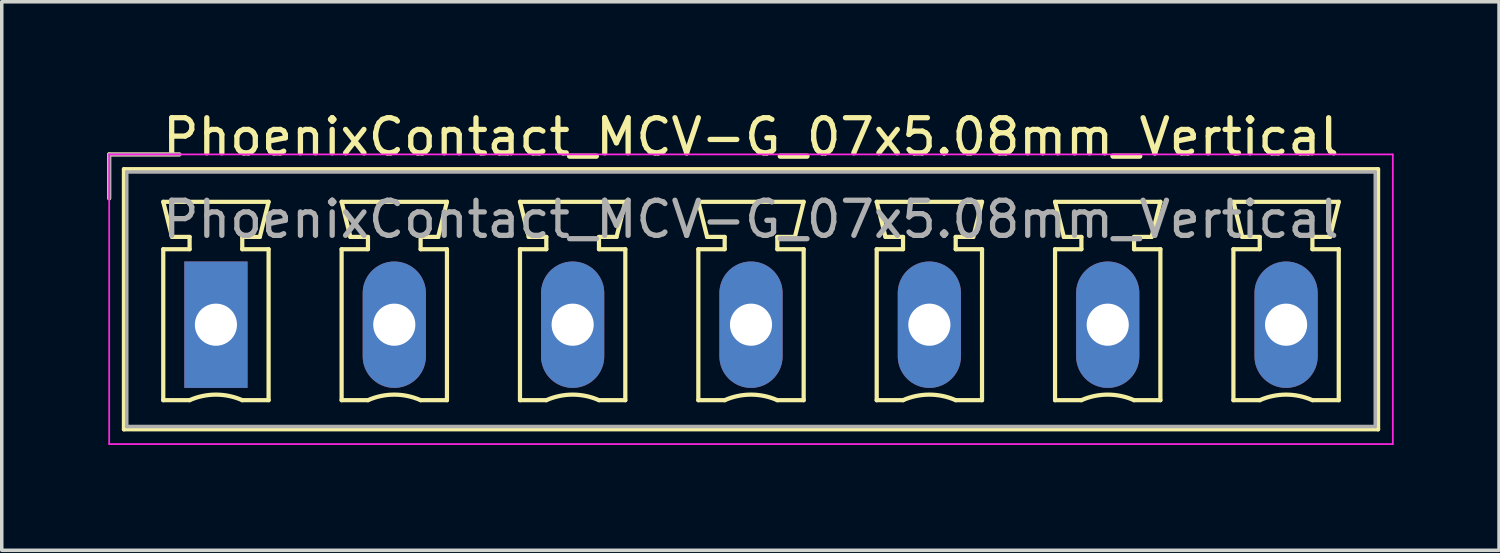
<source format=kicad_pcb>
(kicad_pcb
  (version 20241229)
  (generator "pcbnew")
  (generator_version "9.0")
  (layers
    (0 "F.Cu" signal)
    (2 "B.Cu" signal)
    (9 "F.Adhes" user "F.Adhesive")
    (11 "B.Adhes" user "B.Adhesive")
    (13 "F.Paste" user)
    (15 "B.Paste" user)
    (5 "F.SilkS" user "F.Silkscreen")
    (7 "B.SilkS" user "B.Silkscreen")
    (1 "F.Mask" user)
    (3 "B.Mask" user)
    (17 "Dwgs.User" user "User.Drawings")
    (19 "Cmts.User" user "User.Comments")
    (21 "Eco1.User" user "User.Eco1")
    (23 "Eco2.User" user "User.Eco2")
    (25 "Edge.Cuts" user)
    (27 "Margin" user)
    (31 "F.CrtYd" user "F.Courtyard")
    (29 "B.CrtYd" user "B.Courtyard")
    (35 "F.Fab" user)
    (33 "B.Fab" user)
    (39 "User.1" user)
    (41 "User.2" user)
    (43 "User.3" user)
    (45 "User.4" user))
  (footprint "PhoenixContact_MCV-G_07x5.08mm_Vertical"
    (layer "F.Cu")
    (at 3.1 6.198)
    (property "Reference" "PhoenixContact_MCV-G_07x5.08mm_Vertical" (at 15.24 -5.35 0) (layer "F.SilkS") (effects (font (size 1 1) (thickness 0.15))))
    (attr through_hole)
    (fp_line (start -3.04 -4.85) (end -1.04 -4.85) (stroke (width 0.12) (type solid)) (layer "F.SilkS"))
    (fp_line (start -3.04 -3.6) (end -3.04 -4.85) (stroke (width 0.12) (type solid)) (layer "F.SilkS"))
    (fp_line (start -2.62 -4.43) (end -2.62 2.98) (stroke (width 0.12) (type solid)) (layer "F.SilkS"))
    (fp_line (start -2.62 2.98) (end 33.1 2.98) (stroke (width 0.12) (type solid)) (layer "F.SilkS"))
    (fp_line (start -1.5 -3.5) (end 1.5 -3.5) (stroke (width 0.12) (type solid)) (layer "F.SilkS"))
    (fp_line (start -1.5 -2.15) (end -0.75 -2.15) (stroke (width 0.12) (type solid)) (layer "F.SilkS"))
    (fp_line (start -1.5 2.15) (end -1.5 -2.15) (stroke (width 0.12) (type solid)) (layer "F.SilkS"))
    (fp_line (start -1.25 -2.5) (end -1.5 -3.5) (stroke (width 0.12) (type solid)) (layer "F.SilkS"))
    (fp_line (start -0.75 -2.5) (end -1.25 -2.5) (stroke (width 0.12) (type solid)) (layer "F.SilkS"))
    (fp_line (start -0.75 -2.15) (end -0.75 -2.5) (stroke (width 0.12) (type solid)) (layer "F.SilkS"))
    (fp_line (start -0.75 2.15) (end -1.5 2.15) (stroke (width 0.12) (type solid)) (layer "F.SilkS"))
    (fp_line (start 0.75 -2.5) (end 0.75 -2.15) (stroke (width 0.12) (type solid)) (layer "F.SilkS"))
    (fp_line (start 0.75 -2.15) (end 1.5 -2.15) (stroke (width 0.12) (type solid)) (layer "F.SilkS"))
    (fp_line (start 1.25 -2.5) (end 0.75 -2.5) (stroke (width 0.12) (type solid)) (layer "F.SilkS"))
    (fp_line (start 1.5 -3.5) (end 1.25 -2.5) (stroke (width 0.12) (type solid)) (layer "F.SilkS"))
    (fp_line (start 1.5 -2.15) (end 1.5 2.15) (stroke (width 0.12) (type solid)) (layer "F.SilkS"))
    (fp_line (start 1.5 2.15) (end 0.75 2.15) (stroke (width 0.12) (type solid)) (layer "F.SilkS"))
    (fp_line (start 3.58 -3.5) (end 6.58 -3.5) (stroke (width 0.12) (type solid)) (layer "F.SilkS"))
    (fp_line (start 3.58 -2.15) (end 4.33 -2.15) (stroke (width 0.12) (type solid)) (layer "F.SilkS"))
    (fp_line (start 3.58 2.15) (end 3.58 -2.15) (stroke (width 0.12) (type solid)) (layer "F.SilkS"))
    (fp_line (start 3.83 -2.5) (end 3.58 -3.5) (stroke (width 0.12) (type solid)) (layer "F.SilkS"))
    (fp_line (start 4.33 -2.5) (end 3.83 -2.5) (stroke (width 0.12) (type solid)) (layer "F.SilkS"))
    (fp_line (start 4.33 -2.15) (end 4.33 -2.5) (stroke (width 0.12) (type solid)) (layer "F.SilkS"))
    (fp_line (start 4.33 2.15) (end 3.58 2.15) (stroke (width 0.12) (type solid)) (layer "F.SilkS"))
    (fp_line (start 5.83 -2.5) (end 5.83 -2.15) (stroke (width 0.12) (type solid)) (layer "F.SilkS"))
    (fp_line (start 5.83 -2.15) (end 6.58 -2.15) (stroke (width 0.12) (type solid)) (layer "F.SilkS"))
    (fp_line (start 6.33 -2.5) (end 5.83 -2.5) (stroke (width 0.12) (type solid)) (layer "F.SilkS"))
    (fp_line (start 6.58 -3.5) (end 6.33 -2.5) (stroke (width 0.12) (type solid)) (layer "F.SilkS"))
    (fp_line (start 6.58 -2.15) (end 6.58 2.15) (stroke (width 0.12) (type solid)) (layer "F.SilkS"))
    (fp_line (start 6.58 2.15) (end 5.83 2.15) (stroke (width 0.12) (type solid)) (layer "F.SilkS"))
    (fp_line (start 8.66 -3.5) (end 11.66 -3.5) (stroke (width 0.12) (type solid)) (layer "F.SilkS"))
    (fp_line (start 8.66 -2.15) (end 9.41 -2.15) (stroke (width 0.12) (type solid)) (layer "F.SilkS"))
    (fp_line (start 8.66 2.15) (end 8.66 -2.15) (stroke (width 0.12) (type solid)) (layer "F.SilkS"))
    (fp_line (start 8.91 -2.5) (end 8.66 -3.5) (stroke (width 0.12) (type solid)) (layer "F.SilkS"))
    (fp_line (start 9.41 -2.5) (end 8.91 -2.5) (stroke (width 0.12) (type solid)) (layer "F.SilkS"))
    (fp_line (start 9.41 -2.15) (end 9.41 -2.5) (stroke (width 0.12) (type solid)) (layer "F.SilkS"))
    (fp_line (start 9.41 2.15) (end 8.66 2.15) (stroke (width 0.12) (type solid)) (layer "F.SilkS"))
    (fp_line (start 10.91 -2.5) (end 10.91 -2.15) (stroke (width 0.12) (type solid)) (layer "F.SilkS"))
    (fp_line (start 10.91 -2.15) (end 11.66 -2.15) (stroke (width 0.12) (type solid)) (layer "F.SilkS"))
    (fp_line (start 11.41 -2.5) (end 10.91 -2.5) (stroke (width 0.12) (type solid)) (layer "F.SilkS"))
    (fp_line (start 11.66 -3.5) (end 11.41 -2.5) (stroke (width 0.12) (type solid)) (layer "F.SilkS"))
    (fp_line (start 11.66 -2.15) (end 11.66 2.15) (stroke (width 0.12) (type solid)) (layer "F.SilkS"))
    (fp_line (start 11.66 2.15) (end 10.91 2.15) (stroke (width 0.12) (type solid)) (layer "F.SilkS"))
    (fp_line (start 13.74 -3.5) (end 16.74 -3.5) (stroke (width 0.12) (type solid)) (layer "F.SilkS"))
    (fp_line (start 13.74 -2.15) (end 14.49 -2.15) (stroke (width 0.12) (type solid)) (layer "F.SilkS"))
    (fp_line (start 13.74 2.15) (end 13.74 -2.15) (stroke (width 0.12) (type solid)) (layer "F.SilkS"))
    (fp_line (start 13.99 -2.5) (end 13.74 -3.5) (stroke (width 0.12) (type solid)) (layer "F.SilkS"))
    (fp_line (start 14.49 -2.5) (end 13.99 -2.5) (stroke (width 0.12) (type solid)) (layer "F.SilkS"))
    (fp_line (start 14.49 -2.15) (end 14.49 -2.5) (stroke (width 0.12) (type solid)) (layer "F.SilkS"))
    (fp_line (start 14.49 2.15) (end 13.74 2.15) (stroke (width 0.12) (type solid)) (layer "F.SilkS"))
    (fp_line (start 15.99 -2.5) (end 15.99 -2.15) (stroke (width 0.12) (type solid)) (layer "F.SilkS"))
    (fp_line (start 15.99 -2.15) (end 16.74 -2.15) (stroke (width 0.12) (type solid)) (layer "F.SilkS"))
    (fp_line (start 16.49 -2.5) (end 15.99 -2.5) (stroke (width 0.12) (type solid)) (layer "F.SilkS"))
    (fp_line (start 16.74 -3.5) (end 16.49 -2.5) (stroke (width 0.12) (type solid)) (layer "F.SilkS"))
    (fp_line (start 16.74 -2.15) (end 16.74 2.15) (stroke (width 0.12) (type solid)) (layer "F.SilkS"))
    (fp_line (start 16.74 2.15) (end 15.99 2.15) (stroke (width 0.12) (type solid)) (layer "F.SilkS"))
    (fp_line (start 18.82 -3.5) (end 21.82 -3.5) (stroke (width 0.12) (type solid)) (layer "F.SilkS"))
    (fp_line (start 18.82 -2.15) (end 19.57 -2.15) (stroke (width 0.12) (type solid)) (layer "F.SilkS"))
    (fp_line (start 18.82 2.15) (end 18.82 -2.15) (stroke (width 0.12) (type solid)) (layer "F.SilkS"))
    (fp_line (start 19.07 -2.5) (end 18.82 -3.5) (stroke (width 0.12) (type solid)) (layer "F.SilkS"))
    (fp_line (start 19.57 -2.5) (end 19.07 -2.5) (stroke (width 0.12) (type solid)) (layer "F.SilkS"))
    (fp_line (start 19.57 -2.15) (end 19.57 -2.5) (stroke (width 0.12) (type solid)) (layer "F.SilkS"))
    (fp_line (start 19.57 2.15) (end 18.82 2.15) (stroke (width 0.12) (type solid)) (layer "F.SilkS"))
    (fp_line (start 21.07 -2.5) (end 21.07 -2.15) (stroke (width 0.12) (type solid)) (layer "F.SilkS"))
    (fp_line (start 21.07 -2.15) (end 21.82 -2.15) (stroke (width 0.12) (type solid)) (layer "F.SilkS"))
    (fp_line (start 21.57 -2.5) (end 21.07 -2.5) (stroke (width 0.12) (type solid)) (layer "F.SilkS"))
    (fp_line (start 21.82 -3.5) (end 21.57 -2.5) (stroke (width 0.12) (type solid)) (layer "F.SilkS"))
    (fp_line (start 21.82 -2.15) (end 21.82 2.15) (stroke (width 0.12) (type solid)) (layer "F.SilkS"))
    (fp_line (start 21.82 2.15) (end 21.07 2.15) (stroke (width 0.12) (type solid)) (layer "F.SilkS"))
    (fp_line (start 23.9 -3.5) (end 26.9 -3.5) (stroke (width 0.12) (type solid)) (layer "F.SilkS"))
    (fp_line (start 23.9 -2.15) (end 24.65 -2.15) (stroke (width 0.12) (type solid)) (layer "F.SilkS"))
    (fp_line (start 23.9 2.15) (end 23.9 -2.15) (stroke (width 0.12) (type solid)) (layer "F.SilkS"))
    (fp_line (start 24.15 -2.5) (end 23.9 -3.5) (stroke (width 0.12) (type solid)) (layer "F.SilkS"))
    (fp_line (start 24.65 -2.5) (end 24.15 -2.5) (stroke (width 0.12) (type solid)) (layer "F.SilkS"))
    (fp_line (start 24.65 -2.15) (end 24.65 -2.5) (stroke (width 0.12) (type solid)) (layer "F.SilkS"))
    (fp_line (start 24.65 2.15) (end 23.9 2.15) (stroke (width 0.12) (type solid)) (layer "F.SilkS"))
    (fp_line (start 26.15 -2.5) (end 26.15 -2.15) (stroke (width 0.12) (type solid)) (layer "F.SilkS"))
    (fp_line (start 26.15 -2.15) (end 26.9 -2.15) (stroke (width 0.12) (type solid)) (layer "F.SilkS"))
    (fp_line (start 26.65 -2.5) (end 26.15 -2.5) (stroke (width 0.12) (type solid)) (layer "F.SilkS"))
    (fp_line (start 26.9 -3.5) (end 26.65 -2.5) (stroke (width 0.12) (type solid)) (layer "F.SilkS"))
    (fp_line (start 26.9 -2.15) (end 26.9 2.15) (stroke (width 0.12) (type solid)) (layer "F.SilkS"))
    (fp_line (start 26.9 2.15) (end 26.15 2.15) (stroke (width 0.12) (type solid)) (layer "F.SilkS"))
    (fp_line (start 28.98 -3.5) (end 31.98 -3.5) (stroke (width 0.12) (type solid)) (layer "F.SilkS"))
    (fp_line (start 28.98 -2.15) (end 29.73 -2.15) (stroke (width 0.12) (type solid)) (layer "F.SilkS"))
    (fp_line (start 28.98 2.15) (end 28.98 -2.15) (stroke (width 0.12) (type solid)) (layer "F.SilkS"))
    (fp_line (start 29.23 -2.5) (end 28.98 -3.5) (stroke (width 0.12) (type solid)) (layer "F.SilkS"))
    (fp_line (start 29.73 -2.5) (end 29.23 -2.5) (stroke (width 0.12) (type solid)) (layer "F.SilkS"))
    (fp_line (start 29.73 -2.15) (end 29.73 -2.5) (stroke (width 0.12) (type solid)) (layer "F.SilkS"))
    (fp_line (start 29.73 2.15) (end 28.98 2.15) (stroke (width 0.12) (type solid)) (layer "F.SilkS"))
    (fp_line (start 31.23 -2.5) (end 31.23 -2.15) (stroke (width 0.12) (type solid)) (layer "F.SilkS"))
    (fp_line (start 31.23 -2.15) (end 31.98 -2.15) (stroke (width 0.12) (type solid)) (layer "F.SilkS"))
    (fp_line (start 31.73 -2.5) (end 31.23 -2.5) (stroke (width 0.12) (type solid)) (layer "F.SilkS"))
    (fp_line (start 31.98 -3.5) (end 31.73 -2.5) (stroke (width 0.12) (type solid)) (layer "F.SilkS"))
    (fp_line (start 31.98 -2.15) (end 31.98 2.15) (stroke (width 0.12) (type solid)) (layer "F.SilkS"))
    (fp_line (start 31.98 2.15) (end 31.23 2.15) (stroke (width 0.12) (type solid)) (layer "F.SilkS"))
    (fp_line (start 33.1 -4.43) (end -2.62 -4.43) (stroke (width 0.12) (type solid)) (layer "F.SilkS"))
    (fp_line (start 33.1 2.98) (end 33.1 -4.43) (stroke (width 0.12) (type solid)) (layer "F.SilkS"))
    (fp_arc (start -0.75 2.15) (mid -0.000193 1.99191) (end 0.749647 2.149844) (stroke (width 0.12) (type solid)) (layer "F.SilkS"))
    (fp_arc (start 4.33 2.15) (mid 5.079807 1.99191) (end 5.829647 2.149844) (stroke (width 0.12) (type solid)) (layer "F.SilkS"))
    (fp_arc (start 9.41 2.15) (mid 10.159807 1.99191) (end 10.909647 2.149844) (stroke (width 0.12) (type solid)) (layer "F.SilkS"))
    (fp_arc (start 14.49 2.15) (mid 15.239807 1.99191) (end 15.989647 2.149844) (stroke (width 0.12) (type solid)) (layer "F.SilkS"))
    (fp_arc (start 19.57 2.15) (mid 20.319807 1.99191) (end 21.069647 2.149844) (stroke (width 0.12) (type solid)) (layer "F.SilkS"))
    (fp_arc (start 24.65 2.15) (mid 25.399807 1.99191) (end 26.149647 2.149844) (stroke (width 0.12) (type solid)) (layer "F.SilkS"))
    (fp_arc (start 29.73 2.15) (mid 30.479807 1.99191) (end 31.229647 2.149844) (stroke (width 0.12) (type solid)) (layer "F.SilkS"))
    (fp_line (start -3.04 -4.85) (end -3.04 3.4) (stroke (width 0.05) (type solid)) (layer "F.CrtYd"))
    (fp_line (start -3.04 3.4) (end 33.52 3.4) (stroke (width 0.05) (type solid)) (layer "F.CrtYd"))
    (fp_line (start 33.52 -4.85) (end -3.04 -4.85) (stroke (width 0.05) (type solid)) (layer "F.CrtYd"))
    (fp_line (start 33.52 3.4) (end 33.52 -4.85) (stroke (width 0.05) (type solid)) (layer "F.CrtYd"))
    (fp_line (start -3.04 -4.85) (end -1.04 -4.85) (stroke (width 0.1) (type solid)) (layer "F.Fab"))
    (fp_line (start -3.04 -3.6) (end -3.04 -4.85) (stroke (width 0.1) (type solid)) (layer "F.Fab"))
    (fp_line (start -2.54 -4.35) (end -2.54 2.9) (stroke (width 0.1) (type solid)) (layer "F.Fab"))
    (fp_line (start -2.54 2.9) (end 33.02 2.9) (stroke (width 0.1) (type solid)) (layer "F.Fab"))
    (fp_line (start 33.02 -4.35) (end -2.54 -4.35) (stroke (width 0.1) (type solid)) (layer "F.Fab"))
    (fp_line (start 33.02 2.9) (end 33.02 -4.35) (stroke (width 0.1) (type solid)) (layer "F.Fab"))
    (fp_text user "${REFERENCE}" (at 15.24 -3 0) (layer "F.Fab") (effects (font (size 1 1) (thickness 0.15))))
    (pad "1" thru_hole rect (at 0 0) (size 1.8 3.6) (drill 1.2) (layers "*.Cu" "*.Mask"))
    (pad "2" thru_hole oval (at 5.08 0) (size 1.8 3.6) (drill 1.2) (layers "*.Cu" "*.Mask"))
    (pad "3" thru_hole oval (at 10.16 0) (size 1.8 3.6) (drill 1.2) (layers "*.Cu" "*.Mask"))
    (pad "4" thru_hole oval (at 15.24 0) (size 1.8 3.6) (drill 1.2) (layers "*.Cu" "*.Mask"))
    (pad "5" thru_hole oval (at 20.32 0) (size 1.8 3.6) (drill 1.2) (layers "*.Cu" "*.Mask"))
    (pad "6" thru_hole oval (at 25.4 0) (size 1.8 3.6) (drill 1.2) (layers "*.Cu" "*.Mask"))
    (pad "7" thru_hole oval (at 30.48 0) (size 1.8 3.6) (drill 1.2) (layers "*.Cu" "*.Mask")))
  (gr_rect
    (start -3 -3)
    (end 39.645 12.623)
    (stroke (width 0.1) (type default))
    (fill no)
    (layer "Edge.Cuts")))
</source>
